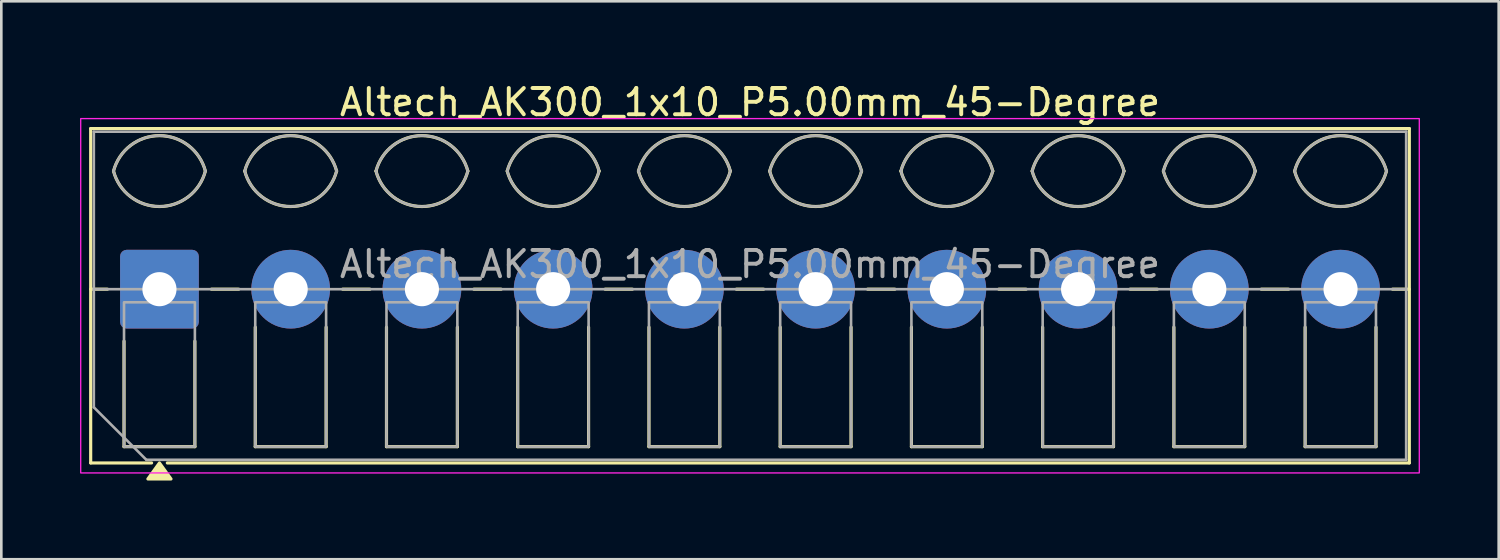
<source format=kicad_pcb>
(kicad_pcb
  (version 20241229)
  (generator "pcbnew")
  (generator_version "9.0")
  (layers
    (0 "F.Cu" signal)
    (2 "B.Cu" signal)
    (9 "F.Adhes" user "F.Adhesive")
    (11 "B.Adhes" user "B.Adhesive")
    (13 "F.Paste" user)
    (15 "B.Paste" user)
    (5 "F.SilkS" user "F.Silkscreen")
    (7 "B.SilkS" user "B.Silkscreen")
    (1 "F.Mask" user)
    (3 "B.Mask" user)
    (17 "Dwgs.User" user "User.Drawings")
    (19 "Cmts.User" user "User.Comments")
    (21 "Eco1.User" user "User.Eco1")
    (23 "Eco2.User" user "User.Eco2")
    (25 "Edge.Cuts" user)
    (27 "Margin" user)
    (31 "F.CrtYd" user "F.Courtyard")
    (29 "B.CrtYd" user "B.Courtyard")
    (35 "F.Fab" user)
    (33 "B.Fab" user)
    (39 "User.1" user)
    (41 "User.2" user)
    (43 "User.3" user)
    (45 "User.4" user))
  (footprint "Altech_AK300_1x10_P5.00mm_45-Degree"
    (layer "F.Cu")
    (at 3.025 7.968)
    (property "Reference" "Altech_AK300_1x10_P5.00mm_45-Degree" (at 22.5 -7.12 0) (layer "F.SilkS") (effects (font (size 1 1) (thickness 0.15))))
    (attr through_hole)
    (fp_line (start -2.62 -6.12) (end 47.62 -6.12) (stroke (width 0.12) (type solid)) (layer "F.SilkS"))
    (fp_line (start -2.62 0) (end -1.98 0) (stroke (width 0.12) (type solid)) (layer "F.SilkS"))
    (fp_line (start -2.62 6.62) (end -2.62 -6.12) (stroke (width 0.12) (type solid)) (layer "F.SilkS"))
    (fp_line (start -1.35 6) (end -1.35 1.98) (stroke (width 0.12) (type solid)) (layer "F.SilkS"))
    (fp_line (start -0.3 6.62) (end -2.62 6.62) (stroke (width 0.12) (type solid)) (layer "F.SilkS"))
    (fp_line (start 1.35 1.98) (end 1.35 6) (stroke (width 0.12) (type solid)) (layer "F.SilkS"))
    (fp_line (start 1.35 6) (end -1.35 6) (stroke (width 0.12) (type solid)) (layer "F.SilkS"))
    (fp_line (start 1.98 0) (end 3.02 0) (stroke (width 0.12) (type solid)) (layer "F.SilkS"))
    (fp_line (start 3.65 6) (end 3.65 1.448) (stroke (width 0.12) (type solid)) (layer "F.SilkS"))
    (fp_line (start 6.35 1.448) (end 6.35 6) (stroke (width 0.12) (type solid)) (layer "F.SilkS"))
    (fp_line (start 6.35 6) (end 3.65 6) (stroke (width 0.12) (type solid)) (layer "F.SilkS"))
    (fp_line (start 6.98 0) (end 8.02 0) (stroke (width 0.12) (type solid)) (layer "F.SilkS"))
    (fp_line (start 8.65 6) (end 8.65 1.448) (stroke (width 0.12) (type solid)) (layer "F.SilkS"))
    (fp_line (start 11.35 1.448) (end 11.35 6) (stroke (width 0.12) (type solid)) (layer "F.SilkS"))
    (fp_line (start 11.35 6) (end 8.65 6) (stroke (width 0.12) (type solid)) (layer "F.SilkS"))
    (fp_line (start 11.98 0) (end 13.02 0) (stroke (width 0.12) (type solid)) (layer "F.SilkS"))
    (fp_line (start 13.65 6) (end 13.65 1.448) (stroke (width 0.12) (type solid)) (layer "F.SilkS"))
    (fp_line (start 16.35 1.448) (end 16.35 6) (stroke (width 0.12) (type solid)) (layer "F.SilkS"))
    (fp_line (start 16.35 6) (end 13.65 6) (stroke (width 0.12) (type solid)) (layer "F.SilkS"))
    (fp_line (start 16.98 0) (end 18.02 0) (stroke (width 0.12) (type solid)) (layer "F.SilkS"))
    (fp_line (start 18.65 6) (end 18.65 1.448) (stroke (width 0.12) (type solid)) (layer "F.SilkS"))
    (fp_line (start 21.35 1.448) (end 21.35 6) (stroke (width 0.12) (type solid)) (layer "F.SilkS"))
    (fp_line (start 21.35 6) (end 18.65 6) (stroke (width 0.12) (type solid)) (layer "F.SilkS"))
    (fp_line (start 21.98 0) (end 23.02 0) (stroke (width 0.12) (type solid)) (layer "F.SilkS"))
    (fp_line (start 23.65 6) (end 23.65 1.448) (stroke (width 0.12) (type solid)) (layer "F.SilkS"))
    (fp_line (start 26.35 1.448) (end 26.35 6) (stroke (width 0.12) (type solid)) (layer "F.SilkS"))
    (fp_line (start 26.35 6) (end 23.65 6) (stroke (width 0.12) (type solid)) (layer "F.SilkS"))
    (fp_line (start 26.98 0) (end 28.02 0) (stroke (width 0.12) (type solid)) (layer "F.SilkS"))
    (fp_line (start 28.65 6) (end 28.65 1.448) (stroke (width 0.12) (type solid)) (layer "F.SilkS"))
    (fp_line (start 31.35 1.448) (end 31.35 6) (stroke (width 0.12) (type solid)) (layer "F.SilkS"))
    (fp_line (start 31.35 6) (end 28.65 6) (stroke (width 0.12) (type solid)) (layer "F.SilkS"))
    (fp_line (start 31.98 0) (end 33.02 0) (stroke (width 0.12) (type solid)) (layer "F.SilkS"))
    (fp_line (start 33.65 6) (end 33.65 1.448) (stroke (width 0.12) (type solid)) (layer "F.SilkS"))
    (fp_line (start 36.35 1.448) (end 36.35 6) (stroke (width 0.12) (type solid)) (layer "F.SilkS"))
    (fp_line (start 36.35 6) (end 33.65 6) (stroke (width 0.12) (type solid)) (layer "F.SilkS"))
    (fp_line (start 36.98 0) (end 38.02 0) (stroke (width 0.12) (type solid)) (layer "F.SilkS"))
    (fp_line (start 38.65 6) (end 38.65 1.448) (stroke (width 0.12) (type solid)) (layer "F.SilkS"))
    (fp_line (start 41.35 1.448) (end 41.35 6) (stroke (width 0.12) (type solid)) (layer "F.SilkS"))
    (fp_line (start 41.35 6) (end 38.65 6) (stroke (width 0.12) (type solid)) (layer "F.SilkS"))
    (fp_line (start 41.98 0) (end 43.02 0) (stroke (width 0.12) (type solid)) (layer "F.SilkS"))
    (fp_line (start 43.65 6) (end 43.65 1.448) (stroke (width 0.12) (type solid)) (layer "F.SilkS"))
    (fp_line (start 46.35 1.448) (end 46.35 6) (stroke (width 0.12) (type solid)) (layer "F.SilkS"))
    (fp_line (start 46.35 6) (end 43.65 6) (stroke (width 0.12) (type solid)) (layer "F.SilkS"))
    (fp_line (start 46.98 0) (end 47.62 0) (stroke (width 0.12) (type solid)) (layer "F.SilkS"))
    (fp_line (start 47.62 -6.12) (end 47.62 6.62) (stroke (width 0.12) (type solid)) (layer "F.SilkS"))
    (fp_line (start 47.62 6.62) (end 0.3 6.62) (stroke (width 0.12) (type solid)) (layer "F.SilkS"))
    (fp_arc (start -1.75 -4.5) (mid 0 -5.85) (end 1.75 -4.5) (stroke (width 0.12) (type solid)) (layer "F.SilkS"))
    (fp_arc (start 1.75 -4.5) (mid 0 -3.15) (end -1.75 -4.5) (stroke (width 0.12) (type solid)) (layer "F.SilkS"))
    (fp_arc (start 3.25 -4.5) (mid 5 -5.85) (end 6.75 -4.5) (stroke (width 0.12) (type solid)) (layer "F.SilkS"))
    (fp_arc (start 6.75 -4.5) (mid 5 -3.15) (end 3.25 -4.5) (stroke (width 0.12) (type solid)) (layer "F.SilkS"))
    (fp_arc (start 8.25 -4.5) (mid 10 -5.85) (end 11.75 -4.5) (stroke (width 0.12) (type solid)) (layer "F.SilkS"))
    (fp_arc (start 11.75 -4.5) (mid 10 -3.15) (end 8.25 -4.5) (stroke (width 0.12) (type solid)) (layer "F.SilkS"))
    (fp_arc (start 13.25 -4.5) (mid 15 -5.85) (end 16.75 -4.5) (stroke (width 0.12) (type solid)) (layer "F.SilkS"))
    (fp_arc (start 16.75 -4.5) (mid 15 -3.15) (end 13.25 -4.5) (stroke (width 0.12) (type solid)) (layer "F.SilkS"))
    (fp_arc (start 18.25 -4.5) (mid 20 -5.85) (end 21.75 -4.5) (stroke (width 0.12) (type solid)) (layer "F.SilkS"))
    (fp_arc (start 21.75 -4.5) (mid 20 -3.15) (end 18.25 -4.5) (stroke (width 0.12) (type solid)) (layer "F.SilkS"))
    (fp_arc (start 23.25 -4.5) (mid 25 -5.85) (end 26.75 -4.5) (stroke (width 0.12) (type solid)) (layer "F.SilkS"))
    (fp_arc (start 26.75 -4.5) (mid 25 -3.15) (end 23.25 -4.5) (stroke (width 0.12) (type solid)) (layer "F.SilkS"))
    (fp_arc (start 28.25 -4.5) (mid 30 -5.85) (end 31.75 -4.5) (stroke (width 0.12) (type solid)) (layer "F.SilkS"))
    (fp_arc (start 31.75 -4.5) (mid 30 -3.15) (end 28.25 -4.5) (stroke (width 0.12) (type solid)) (layer "F.SilkS"))
    (fp_arc (start 33.25 -4.5) (mid 35 -5.85) (end 36.75 -4.5) (stroke (width 0.12) (type solid)) (layer "F.SilkS"))
    (fp_arc (start 36.75 -4.5) (mid 35 -3.15) (end 33.25 -4.5) (stroke (width 0.12) (type solid)) (layer "F.SilkS"))
    (fp_arc (start 38.25 -4.5) (mid 40 -5.85) (end 41.75 -4.5) (stroke (width 0.12) (type solid)) (layer "F.SilkS"))
    (fp_arc (start 41.75 -4.5) (mid 40 -3.15) (end 38.25 -4.5) (stroke (width 0.12) (type solid)) (layer "F.SilkS"))
    (fp_arc (start 43.25 -4.5) (mid 45 -5.85) (end 46.75 -4.5) (stroke (width 0.12) (type solid)) (layer "F.SilkS"))
    (fp_arc (start 46.75 -4.5) (mid 45 -3.15) (end 43.25 -4.5) (stroke (width 0.12) (type solid)) (layer "F.SilkS"))
    (fp_poly (pts (xy 0 6.62) (xy 0.44 7.23) (xy -0.44 7.23)) (stroke (width 0.12) (type solid)) (fill yes) (layer "F.SilkS"))
    (fp_rect (start -3 -6.5) (end 48 7) (stroke (width 0.05) (type solid)) (fill no) (layer "F.CrtYd"))
    (fp_line (start -2.5 -6) (end 47.5 -6) (stroke (width 0.1) (type solid)) (layer "F.Fab"))
    (fp_line (start -2.5 0) (end 47.5 0) (stroke (width 0.1) (type solid)) (layer "F.Fab"))
    (fp_line (start -2.5 4.5) (end -2.5 -6) (stroke (width 0.1) (type solid)) (layer "F.Fab"))
    (fp_line (start -0.5 6.5) (end -2.5 4.5) (stroke (width 0.1) (type solid)) (layer "F.Fab"))
    (fp_line (start 47.5 -6) (end 47.5 6.5) (stroke (width 0.1) (type solid)) (layer "F.Fab"))
    (fp_line (start 47.5 6.5) (end -0.5 6.5) (stroke (width 0.1) (type solid)) (layer "F.Fab"))
    (fp_rect (start -1.35 0.5) (end 1.35 6) (stroke (width 0.1) (type solid)) (fill no) (layer "F.Fab"))
    (fp_rect (start 3.65 0.5) (end 6.35 6) (stroke (width 0.1) (type solid)) (fill no) (layer "F.Fab"))
    (fp_rect (start 8.65 0.5) (end 11.351 6) (stroke (width 0.1) (type solid)) (fill no) (layer "F.Fab"))
    (fp_rect (start 13.65 0.5) (end 16.351 6) (stroke (width 0.1) (type solid)) (fill no) (layer "F.Fab"))
    (fp_rect (start 18.65 0.5) (end 21.35 6) (stroke (width 0.1) (type solid)) (fill no) (layer "F.Fab"))
    (fp_rect (start 23.65 0.5) (end 26.35 6) (stroke (width 0.1) (type solid)) (fill no) (layer "F.Fab"))
    (fp_rect (start 28.65 0.5) (end 31.35 6) (stroke (width 0.1) (type solid)) (fill no) (layer "F.Fab"))
    (fp_rect (start 33.65 0.5) (end 36.35 6) (stroke (width 0.1) (type solid)) (fill no) (layer "F.Fab"))
    (fp_rect (start 38.65 0.5) (end 41.35 6) (stroke (width 0.1) (type solid)) (fill no) (layer "F.Fab"))
    (fp_rect (start 43.65 0.5) (end 46.35 6) (stroke (width 0.1) (type solid)) (fill no) (layer "F.Fab"))
    (fp_arc (start -1.75 -4.5) (mid 0 -5.85) (end 1.75 -4.5) (stroke (width 0.1) (type solid)) (layer "F.Fab"))
    (fp_arc (start 1.75 -4.5) (mid 0 -3.15) (end -1.75 -4.5) (stroke (width 0.1) (type solid)) (layer "F.Fab"))
    (fp_arc (start 3.25 -4.5) (mid 5 -5.85) (end 6.75 -4.5) (stroke (width 0.1) (type solid)) (layer "F.Fab"))
    (fp_arc (start 6.75 -4.5) (mid 5 -3.15) (end 3.25 -4.5) (stroke (width 0.1) (type solid)) (layer "F.Fab"))
    (fp_arc (start 8.25 -4.5) (mid 10 -5.85) (end 11.75 -4.5) (stroke (width 0.1) (type solid)) (layer "F.Fab"))
    (fp_arc (start 11.75 -4.5) (mid 10 -3.15) (end 8.25 -4.5) (stroke (width 0.1) (type solid)) (layer "F.Fab"))
    (fp_arc (start 13.25 -4.5) (mid 15 -5.85) (end 16.75 -4.5) (stroke (width 0.1) (type solid)) (layer "F.Fab"))
    (fp_arc (start 16.75 -4.5) (mid 15 -3.15) (end 13.25 -4.5) (stroke (width 0.1) (type solid)) (layer "F.Fab"))
    (fp_arc (start 18.25 -4.5) (mid 20 -5.85) (end 21.75 -4.5) (stroke (width 0.1) (type solid)) (layer "F.Fab"))
    (fp_arc (start 21.75 -4.5) (mid 20 -3.15) (end 18.25 -4.5) (stroke (width 0.1) (type solid)) (layer "F.Fab"))
    (fp_arc (start 23.25 -4.5) (mid 25 -5.85) (end 26.75 -4.5) (stroke (width 0.1) (type solid)) (layer "F.Fab"))
    (fp_arc (start 26.75 -4.5) (mid 25 -3.15) (end 23.25 -4.5) (stroke (width 0.1) (type solid)) (layer "F.Fab"))
    (fp_arc (start 28.25 -4.5) (mid 30 -5.85) (end 31.75 -4.5) (stroke (width 0.1) (type solid)) (layer "F.Fab"))
    (fp_arc (start 31.75 -4.5) (mid 30 -3.15) (end 28.25 -4.5) (stroke (width 0.1) (type solid)) (layer "F.Fab"))
    (fp_arc (start 33.25 -4.5) (mid 35 -5.85) (end 36.75 -4.5) (stroke (width 0.1) (type solid)) (layer "F.Fab"))
    (fp_arc (start 36.75 -4.5) (mid 35 -3.15) (end 33.25 -4.5) (stroke (width 0.1) (type solid)) (layer "F.Fab"))
    (fp_arc (start 38.25 -4.5) (mid 40 -5.85) (end 41.75 -4.5) (stroke (width 0.1) (type solid)) (layer "F.Fab"))
    (fp_arc (start 41.75 -4.5) (mid 40 -3.15) (end 38.25 -4.5) (stroke (width 0.1) (type solid)) (layer "F.Fab"))
    (fp_arc (start 43.25 -4.5) (mid 45 -5.85) (end 46.75 -4.5) (stroke (width 0.1) (type solid)) (layer "F.Fab"))
    (fp_arc (start 46.75 -4.5) (mid 45 -3.15) (end 43.25 -4.5) (stroke (width 0.1) (type solid)) (layer "F.Fab"))
    (fp_text user "${REFERENCE}" (at 22.5 -0.95 0) (layer "F.Fab") (effects (font (size 1 1) (thickness 0.15))))
    (pad "1" thru_hole roundrect (at 0 0) (size 3 3) (drill 1.3) (layers "*.Cu" "*.Mask") (roundrect_rratio 0.083))
    (pad "2" thru_hole circle (at 5 0) (size 3 3) (drill 1.3) (layers "*.Cu" "*.Mask"))
    (pad "3" thru_hole circle (at 10 0) (size 3 3) (drill 1.3) (layers "*.Cu" "*.Mask"))
    (pad "4" thru_hole circle (at 15 0) (size 3 3) (drill 1.3) (layers "*.Cu" "*.Mask"))
    (pad "5" thru_hole circle (at 20 0) (size 3 3) (drill 1.3) (layers "*.Cu" "*.Mask"))
    (pad "6" thru_hole circle (at 25 0) (size 3 3) (drill 1.3) (layers "*.Cu" "*.Mask"))
    (pad "7" thru_hole circle (at 30 0) (size 3 3) (drill 1.3) (layers "*.Cu" "*.Mask"))
    (pad "8" thru_hole circle (at 35 0) (size 3 3) (drill 1.3) (layers "*.Cu" "*.Mask"))
    (pad "9" thru_hole circle (at 40 0) (size 3 3) (drill 1.3) (layers "*.Cu" "*.Mask"))
    (pad "10" thru_hole circle (at 45 0) (size 3 3) (drill 1.3) (layers "*.Cu" "*.Mask")))
  (gr_rect
    (start -3 -3)
    (end 54.05 18.258)
    (stroke (width 0.1) (type default))
    (fill no)
    (layer "Edge.Cuts")))
</source>
